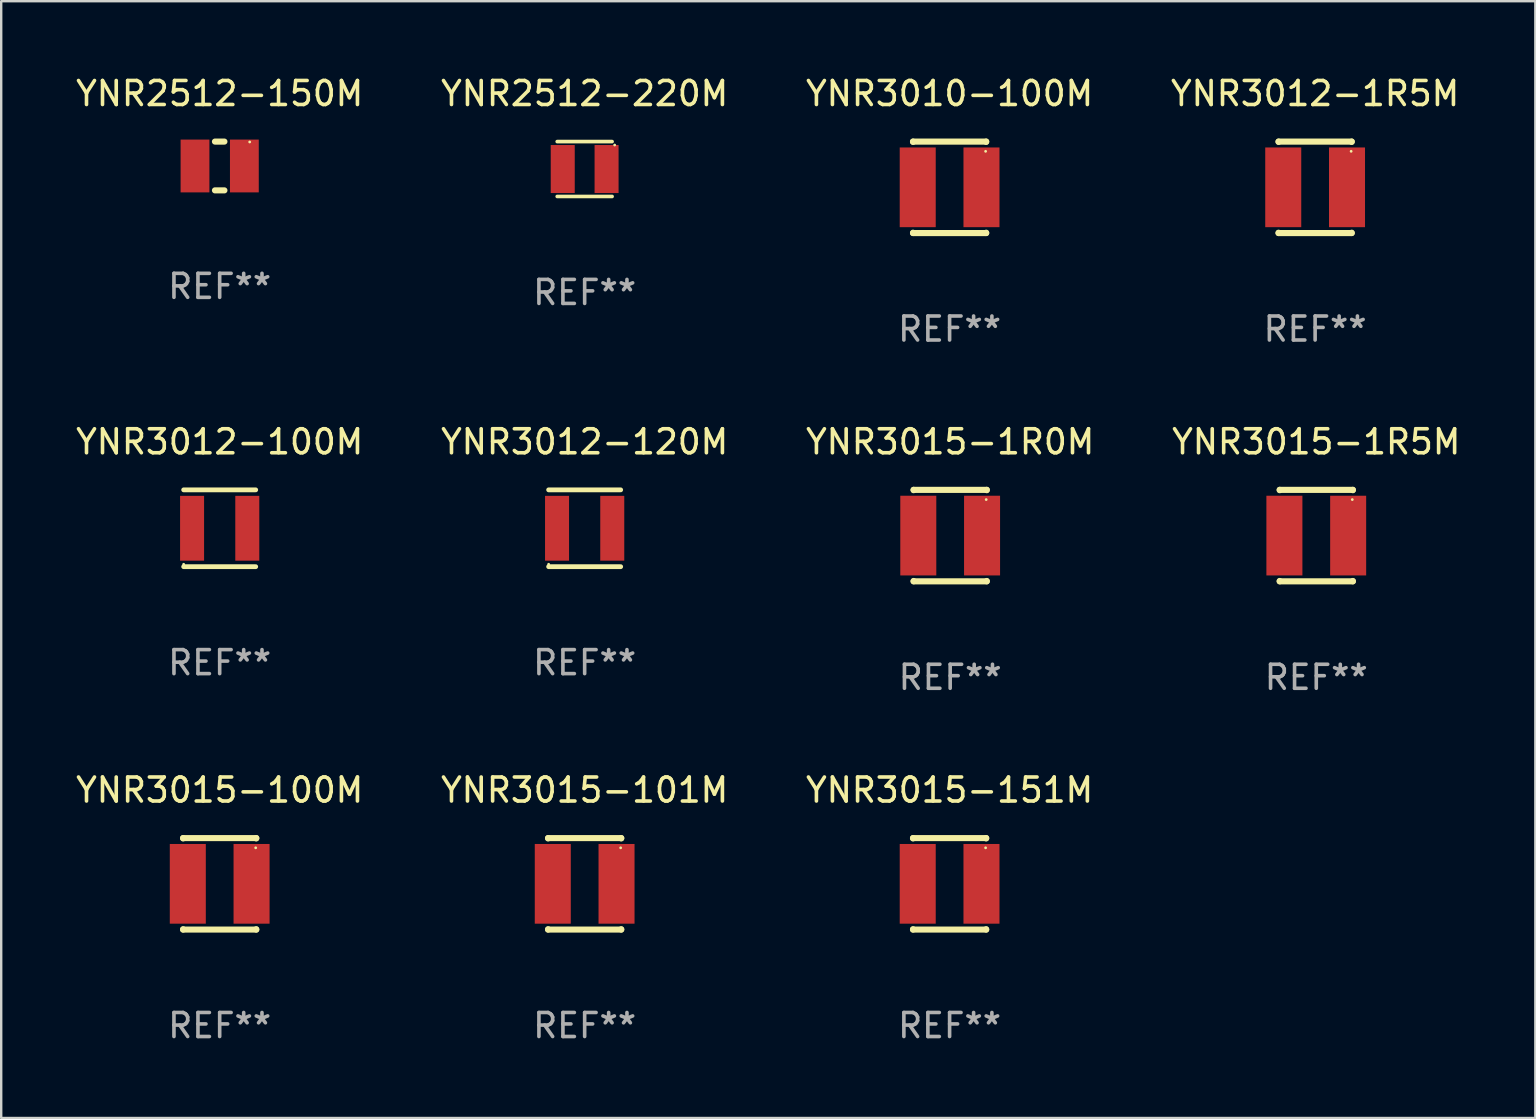
<source format=kicad_pcb>
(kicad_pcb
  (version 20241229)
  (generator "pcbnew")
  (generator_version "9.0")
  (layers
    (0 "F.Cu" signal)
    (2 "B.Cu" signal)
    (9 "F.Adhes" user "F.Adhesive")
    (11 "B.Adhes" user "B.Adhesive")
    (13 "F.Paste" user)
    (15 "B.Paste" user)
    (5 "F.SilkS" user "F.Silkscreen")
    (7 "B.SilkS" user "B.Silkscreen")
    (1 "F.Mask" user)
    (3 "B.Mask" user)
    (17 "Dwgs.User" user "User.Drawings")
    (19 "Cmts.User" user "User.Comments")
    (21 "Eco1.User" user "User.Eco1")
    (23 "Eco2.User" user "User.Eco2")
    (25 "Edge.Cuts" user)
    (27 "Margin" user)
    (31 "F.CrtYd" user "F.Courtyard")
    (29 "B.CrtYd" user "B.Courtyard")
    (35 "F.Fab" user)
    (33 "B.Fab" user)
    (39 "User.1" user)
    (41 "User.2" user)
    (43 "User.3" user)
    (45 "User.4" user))
  (footprint "YNR3012-120M"
    (layer "F.Cu")
    (at 21.304 18.955)
    (property "Reference" "YNR3012-120M" (at 0 -3.6 0) (layer "F.SilkS") (effects (font (size 1 1) (thickness 0.15))))
    (attr through_hole)
    (fp_line (start -1.5 -1.6) (end 1.5 -1.6) (stroke (width 0.2) (type solid)) (layer "F.SilkS"))
    (fp_line (start -1.5 1.6) (end 1.5 1.6) (stroke (width 0.2) (type solid)) (layer "F.SilkS"))
    (fp_circle (center -1.5 1.5) (end -1.47 1.5) (stroke (width 0.06) (type solid)) (fill no) (layer "F.SilkS"))
    (fp_text user "REF**" (at 0 5.6 0) (layer "F.Fab") (effects (font (size 1 1) (thickness 0.15))))
    (pad "1" smd rect (at -1.15 0) (size 1 2.7) (layers "F.Cu" "F.Mask" "F.Paste"))
    (pad "2" smd rect (at 1.15 0) (size 1 2.7) (layers "F.Cu" "F.Mask" "F.Paste")))
  (footprint "YNR3015-101M"
    (layer "F.Cu")
    (at 21.304 33.766)
    (property "Reference" "YNR3015-101M" (at 0 -3.905 0) (layer "F.SilkS") (effects (font (size 1 1) (thickness 0.15))))
    (attr through_hole)
    (fp_line (start -1.524 -1.905) (end 1.524 -1.905) (stroke (width 0.254) (type solid)) (layer "F.SilkS"))
    (fp_line (start -1.524 -1.891) (end -1.524 -1.905) (stroke (width 0.254) (type solid)) (layer "F.SilkS"))
    (fp_line (start -1.524 1.905) (end -1.524 1.891) (stroke (width 0.254) (type solid)) (layer "F.SilkS"))
    (fp_line (start -1.524 1.905) (end 1.524 1.905) (stroke (width 0.254) (type solid)) (layer "F.SilkS"))
    (fp_line (start 1.524 -1.905) (end 1.524 -1.891) (stroke (width 0.254) (type solid)) (layer "F.SilkS"))
    (fp_line (start 1.524 1.891) (end 1.524 1.905) (stroke (width 0.254) (type solid)) (layer "F.SilkS"))
    (fp_circle (center 1.5 -1.5) (end 1.53 -1.5) (stroke (width 0.06) (type solid)) (fill no) (layer "F.SilkS"))
    (fp_text user "REF**" (at 0 5.905 0) (layer "F.Fab") (effects (font (size 1 1) (thickness 0.15))))
    (pad "1" smd rect (at 1.328 0) (size 1.5 3.32) (layers "F.Cu" "F.Mask" "F.Paste"))
    (pad "2" smd rect (at -1.328 0) (size 1.5 3.32) (layers "F.Cu" "F.Mask" "F.Paste")))
  (footprint "YNR3010-100M"
    (layer "F.Cu")
    (at 36.506 4.753)
    (property "Reference" "YNR3010-100M" (at 0 -3.905 0) (layer "F.SilkS") (effects (font (size 1 1) (thickness 0.15))))
    (attr through_hole)
    (fp_line (start -1.524 -1.905) (end 1.524 -1.905) (stroke (width 0.254) (type solid)) (layer "F.SilkS"))
    (fp_line (start -1.524 -1.891) (end -1.524 -1.905) (stroke (width 0.254) (type solid)) (layer "F.SilkS"))
    (fp_line (start -1.524 1.905) (end -1.524 1.891) (stroke (width 0.254) (type solid)) (layer "F.SilkS"))
    (fp_line (start -1.524 1.905) (end 1.524 1.905) (stroke (width 0.254) (type solid)) (layer "F.SilkS"))
    (fp_line (start 1.524 -1.905) (end 1.524 -1.891) (stroke (width 0.254) (type solid)) (layer "F.SilkS"))
    (fp_line (start 1.524 1.891) (end 1.524 1.905) (stroke (width 0.254) (type solid)) (layer "F.SilkS"))
    (fp_circle (center 1.5 -1.5) (end 1.53 -1.5) (stroke (width 0.06) (type solid)) (fill no) (layer "F.SilkS"))
    (fp_text user "REF**" (at 0 5.905 0) (layer "F.Fab") (effects (font (size 1 1) (thickness 0.15))))
    (pad "1" smd rect (at 1.328 0) (size 1.5 3.32) (layers "F.Cu" "F.Mask" "F.Paste"))
    (pad "2" smd rect (at -1.328 0) (size 1.5 3.32) (layers "F.Cu" "F.Mask" "F.Paste")))
  (footprint "YNR3015-1R5M"
    (layer "F.Cu")
    (at 51.78 19.26)
    (property "Reference" "YNR3015-1R5M" (at 0 -3.905 0) (layer "F.SilkS") (effects (font (size 1 1) (thickness 0.15))))
    (attr through_hole)
    (fp_line (start -1.524 -1.905) (end 1.524 -1.905) (stroke (width 0.254) (type solid)) (layer "F.SilkS"))
    (fp_line (start -1.524 -1.891) (end -1.524 -1.905) (stroke (width 0.254) (type solid)) (layer "F.SilkS"))
    (fp_line (start -1.524 1.905) (end -1.524 1.891) (stroke (width 0.254) (type solid)) (layer "F.SilkS"))
    (fp_line (start -1.524 1.905) (end 1.524 1.905) (stroke (width 0.254) (type solid)) (layer "F.SilkS"))
    (fp_line (start 1.524 -1.905) (end 1.524 -1.891) (stroke (width 0.254) (type solid)) (layer "F.SilkS"))
    (fp_line (start 1.524 1.891) (end 1.524 1.905) (stroke (width 0.254) (type solid)) (layer "F.SilkS"))
    (fp_circle (center 1.5 -1.5) (end 1.53 -1.5) (stroke (width 0.06) (type solid)) (fill no) (layer "F.SilkS"))
    (fp_text user "REF**" (at 0 5.905 0) (layer "F.Fab") (effects (font (size 1 1) (thickness 0.15))))
    (pad "1" smd rect (at 1.328 0) (size 1.5 3.32) (layers "F.Cu" "F.Mask" "F.Paste"))
    (pad "2" smd rect (at -1.328 0) (size 1.5 3.32) (layers "F.Cu" "F.Mask" "F.Paste")))
  (footprint "YNR3015-100M"
    (layer "F.Cu")
    (at 6.101 33.766)
    (property "Reference" "YNR3015-100M" (at 0 -3.905 0) (layer "F.SilkS") (effects (font (size 1 1) (thickness 0.15))))
    (attr through_hole)
    (fp_line (start -1.524 -1.905) (end 1.524 -1.905) (stroke (width 0.254) (type solid)) (layer "F.SilkS"))
    (fp_line (start -1.524 -1.891) (end -1.524 -1.905) (stroke (width 0.254) (type solid)) (layer "F.SilkS"))
    (fp_line (start -1.524 1.905) (end -1.524 1.891) (stroke (width 0.254) (type solid)) (layer "F.SilkS"))
    (fp_line (start -1.524 1.905) (end 1.524 1.905) (stroke (width 0.254) (type solid)) (layer "F.SilkS"))
    (fp_line (start 1.524 -1.905) (end 1.524 -1.891) (stroke (width 0.254) (type solid)) (layer "F.SilkS"))
    (fp_line (start 1.524 1.891) (end 1.524 1.905) (stroke (width 0.254) (type solid)) (layer "F.SilkS"))
    (fp_circle (center 1.5 -1.5) (end 1.53 -1.5) (stroke (width 0.06) (type solid)) (fill no) (layer "F.SilkS"))
    (fp_text user "REF**" (at 0 5.905 0) (layer "F.Fab") (effects (font (size 1 1) (thickness 0.15))))
    (pad "1" smd rect (at 1.328 0) (size 1.5 3.32) (layers "F.Cu" "F.Mask" "F.Paste"))
    (pad "2" smd rect (at -1.328 0) (size 1.5 3.32) (layers "F.Cu" "F.Mask" "F.Paste")))
  (footprint "YNR3012-1R5M"
    (layer "F.Cu")
    (at 51.732 4.753)
    (property "Reference" "YNR3012-1R5M" (at 0 -3.905 0) (layer "F.SilkS") (effects (font (size 1 1) (thickness 0.15))))
    (attr through_hole)
    (fp_line (start -1.524 -1.905) (end 1.524 -1.905) (stroke (width 0.254) (type solid)) (layer "F.SilkS"))
    (fp_line (start -1.524 -1.891) (end -1.524 -1.905) (stroke (width 0.254) (type solid)) (layer "F.SilkS"))
    (fp_line (start -1.524 1.905) (end -1.524 1.891) (stroke (width 0.254) (type solid)) (layer "F.SilkS"))
    (fp_line (start -1.524 1.905) (end 1.524 1.905) (stroke (width 0.254) (type solid)) (layer "F.SilkS"))
    (fp_line (start 1.524 -1.905) (end 1.524 -1.891) (stroke (width 0.254) (type solid)) (layer "F.SilkS"))
    (fp_line (start 1.524 1.891) (end 1.524 1.905) (stroke (width 0.254) (type solid)) (layer "F.SilkS"))
    (fp_circle (center 1.5 -1.5) (end 1.53 -1.5) (stroke (width 0.06) (type solid)) (fill no) (layer "F.SilkS"))
    (fp_text user "REF**" (at 0 5.905 0) (layer "F.Fab") (effects (font (size 1 1) (thickness 0.15))))
    (pad "1" smd rect (at 1.328 0) (size 1.5 3.32) (layers "F.Cu" "F.Mask" "F.Paste"))
    (pad "2" smd rect (at -1.328 0) (size 1.5 3.32) (layers "F.Cu" "F.Mask" "F.Paste")))
  (footprint "YNR3012-100M"
    (layer "F.Cu")
    (at 6.101 18.955)
    (property "Reference" "YNR3012-100M" (at 0 -3.6 0) (layer "F.SilkS") (effects (font (size 1 1) (thickness 0.15))))
    (attr through_hole)
    (fp_line (start -1.5 -1.6) (end 1.5 -1.6) (stroke (width 0.2) (type solid)) (layer "F.SilkS"))
    (fp_line (start -1.5 1.6) (end 1.5 1.6) (stroke (width 0.2) (type solid)) (layer "F.SilkS"))
    (fp_circle (center -1.5 1.5) (end -1.47 1.5) (stroke (width 0.06) (type solid)) (fill no) (layer "F.SilkS"))
    (fp_text user "REF**" (at 0 5.6 0) (layer "F.Fab") (effects (font (size 1 1) (thickness 0.15))))
    (pad "1" smd rect (at -1.15 0) (size 1 2.7) (layers "F.Cu" "F.Mask" "F.Paste"))
    (pad "2" smd rect (at 1.15 0) (size 1 2.7) (layers "F.Cu" "F.Mask" "F.Paste")))
  (footprint "YNR2512-150M"
    (layer "F.Cu")
    (at 6.101 3.864)
    (property "Reference" "YNR2512-150M" (at 0 -3.016 0) (layer "F.SilkS") (effects (font (size 1 1) (thickness 0.15))))
    (attr through_hole)
    (fp_line (start -0.197 1.016) (end 0.197 1.016) (stroke (width 0.254) (type solid)) (layer "F.SilkS"))
    (fp_line (start 0.197 -1.016) (end -0.197 -1.016) (stroke (width 0.254) (type solid)) (layer "F.SilkS"))
    (fp_circle (center 1.25 -1) (end 1.28 -1) (stroke (width 0.06) (type solid)) (fill no) (layer "F.SilkS"))
    (fp_text user "REF**" (at 0 5.016 0) (layer "F.Fab") (effects (font (size 1 1) (thickness 0.15))))
    (pad "1" smd rect (at 1.028 0) (size 1.2 2.2) (layers "F.Cu" "F.Mask" "F.Paste"))
    (pad "2" smd rect (at -1.028 0) (size 1.2 2.2) (layers "F.Cu" "F.Mask" "F.Paste")))
  (footprint "YNR3015-151M"
    (layer "F.Cu")
    (at 36.506 33.766)
    (property "Reference" "YNR3015-151M" (at 0 -3.905 0) (layer "F.SilkS") (effects (font (size 1 1) (thickness 0.15))))
    (attr through_hole)
    (fp_line (start -1.524 -1.905) (end 1.524 -1.905) (stroke (width 0.254) (type solid)) (layer "F.SilkS"))
    (fp_line (start -1.524 -1.891) (end -1.524 -1.905) (stroke (width 0.254) (type solid)) (layer "F.SilkS"))
    (fp_line (start -1.524 1.905) (end -1.524 1.891) (stroke (width 0.254) (type solid)) (layer "F.SilkS"))
    (fp_line (start -1.524 1.905) (end 1.524 1.905) (stroke (width 0.254) (type solid)) (layer "F.SilkS"))
    (fp_line (start 1.524 -1.905) (end 1.524 -1.891) (stroke (width 0.254) (type solid)) (layer "F.SilkS"))
    (fp_line (start 1.524 1.891) (end 1.524 1.905) (stroke (width 0.254) (type solid)) (layer "F.SilkS"))
    (fp_circle (center 1.5 -1.5) (end 1.53 -1.5) (stroke (width 0.06) (type solid)) (fill no) (layer "F.SilkS"))
    (fp_text user "REF**" (at 0 5.905 0) (layer "F.Fab") (effects (font (size 1 1) (thickness 0.15))))
    (pad "1" smd rect (at 1.328 0) (size 1.5 3.32) (layers "F.Cu" "F.Mask" "F.Paste"))
    (pad "2" smd rect (at -1.328 0) (size 1.5 3.32) (layers "F.Cu" "F.Mask" "F.Paste")))
  (footprint "YNR2512-220M"
    (layer "F.Cu")
    (at 21.304 3.991)
    (property "Reference" "YNR2512-220M" (at 0 -3.143 0) (layer "F.SilkS") (effects (font (size 1 1) (thickness 0.15))))
    (attr through_hole)
    (fp_line (start -1.143 -1.143) (end 1.143 -1.143) (stroke (width 0.152) (type solid)) (layer "F.SilkS"))
    (fp_line (start -1.143 1.143) (end 1.143 1.143) (stroke (width 0.152) (type solid)) (layer "F.SilkS"))
    (fp_circle (center 1.25 -1) (end 1.28 -1) (stroke (width 0.06) (type solid)) (fill no) (layer "F.SilkS"))
    (fp_text user "REF**" (at 0 5.143 0) (layer "F.Fab") (effects (font (size 1 1) (thickness 0.15))))
    (pad "1" smd rect (at 0.913 0) (size 1 2) (layers "F.Cu" "F.Mask" "F.Paste"))
    (pad "2" smd rect (at -0.913 0) (size 1 2) (layers "F.Cu" "F.Mask" "F.Paste")))
  (footprint "YNR3015-1R0M"
    (layer "F.Cu")
    (at 36.53 19.26)
    (property "Reference" "YNR3015-1R0M" (at 0 -3.905 0) (layer "F.SilkS") (effects (font (size 1 1) (thickness 0.15))))
    (attr through_hole)
    (fp_line (start -1.524 -1.905) (end 1.524 -1.905) (stroke (width 0.254) (type solid)) (layer "F.SilkS"))
    (fp_line (start -1.524 -1.891) (end -1.524 -1.905) (stroke (width 0.254) (type solid)) (layer "F.SilkS"))
    (fp_line (start -1.524 1.905) (end -1.524 1.891) (stroke (width 0.254) (type solid)) (layer "F.SilkS"))
    (fp_line (start -1.524 1.905) (end 1.524 1.905) (stroke (width 0.254) (type solid)) (layer "F.SilkS"))
    (fp_line (start 1.524 -1.905) (end 1.524 -1.891) (stroke (width 0.254) (type solid)) (layer "F.SilkS"))
    (fp_line (start 1.524 1.891) (end 1.524 1.905) (stroke (width 0.254) (type solid)) (layer "F.SilkS"))
    (fp_circle (center 1.5 -1.5) (end 1.53 -1.5) (stroke (width 0.06) (type solid)) (fill no) (layer "F.SilkS"))
    (fp_text user "REF**" (at 0 5.905 0) (layer "F.Fab") (effects (font (size 1 1) (thickness 0.15))))
    (pad "1" smd rect (at 1.328 0) (size 1.5 3.32) (layers "F.Cu" "F.Mask" "F.Paste"))
    (pad "2" smd rect (at -1.328 0) (size 1.5 3.32) (layers "F.Cu" "F.Mask" "F.Paste")))
  (gr_rect
    (start -3 -3)
    (end 60.905 43.52)
    (stroke (width 0.1) (type default))
    (fill no)
    (layer "Edge.Cuts")))
</source>
